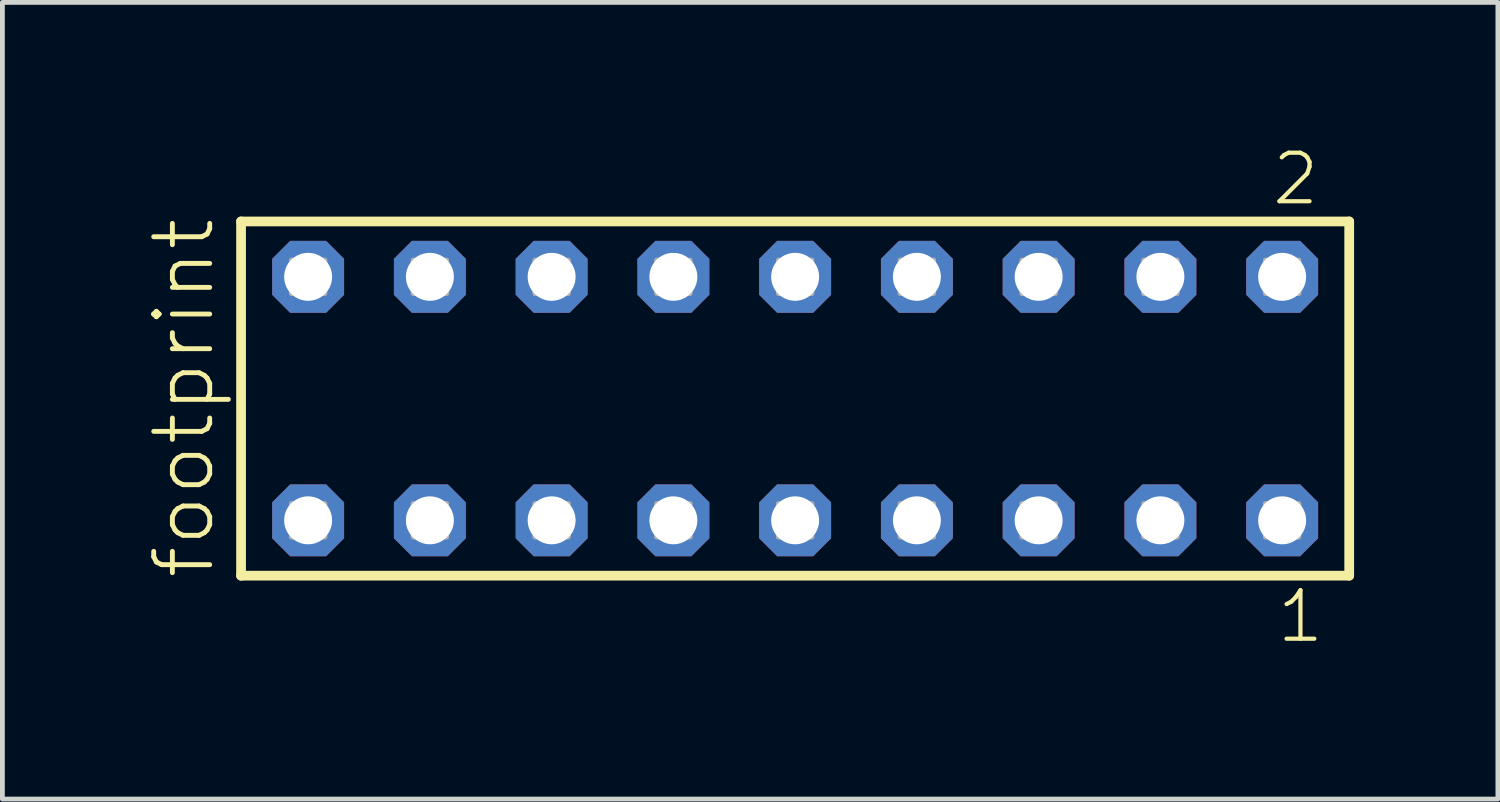
<source format=kicad_pcb>
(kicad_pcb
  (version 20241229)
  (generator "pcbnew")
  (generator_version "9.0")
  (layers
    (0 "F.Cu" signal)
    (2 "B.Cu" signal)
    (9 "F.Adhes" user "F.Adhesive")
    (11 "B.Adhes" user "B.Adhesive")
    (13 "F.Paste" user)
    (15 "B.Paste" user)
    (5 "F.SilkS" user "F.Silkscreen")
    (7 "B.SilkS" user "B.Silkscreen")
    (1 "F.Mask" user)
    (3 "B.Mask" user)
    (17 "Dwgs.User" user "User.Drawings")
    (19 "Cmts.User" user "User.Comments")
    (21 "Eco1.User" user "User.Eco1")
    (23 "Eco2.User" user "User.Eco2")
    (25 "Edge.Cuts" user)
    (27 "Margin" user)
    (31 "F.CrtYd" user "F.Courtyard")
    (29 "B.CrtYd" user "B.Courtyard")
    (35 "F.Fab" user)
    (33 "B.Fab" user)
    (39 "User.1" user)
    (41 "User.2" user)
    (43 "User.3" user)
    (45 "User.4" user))
  (footprint "footprint"
    (layer "F.Cu")
    (at 13.538 5.265)
    (property "Reference" "footprint" (at -12.065 3.81 90) (layer "F.SilkS") (effects (font (size 1.168 1.168) (thickness 0.102)) (justify left bottom)))
    (fp_line (start -11.559 -3.695) (end 11.559 -3.695) (stroke (width 0.203) (type solid)) (layer "F.SilkS"))
    (fp_line (start -11.559 3.695) (end -11.559 -3.695) (stroke (width 0.203) (type solid)) (layer "F.SilkS"))
    (fp_line (start 11.559 -3.695) (end 11.559 3.695) (stroke (width 0.203) (type solid)) (layer "F.SilkS"))
    (fp_line (start 11.559 3.695) (end -11.559 3.695) (stroke (width 0.203) (type solid)) (layer "F.SilkS"))
    (fp_poly (pts (xy -10.51 -2.19) (xy -9.81 -2.19) (xy -9.81 -2.89) (xy -10.51 -2.89)) (stroke (width 0.1) (type solid)) (fill no) (layer "F.Fab"))
    (fp_poly (pts (xy -10.51 2.89) (xy -9.81 2.89) (xy -9.81 2.19) (xy -10.51 2.19)) (stroke (width 0.1) (type solid)) (fill no) (layer "F.Fab"))
    (fp_poly (pts (xy -7.97 -2.19) (xy -7.27 -2.19) (xy -7.27 -2.89) (xy -7.97 -2.89)) (stroke (width 0.1) (type solid)) (fill no) (layer "F.Fab"))
    (fp_poly (pts (xy -7.97 2.89) (xy -7.27 2.89) (xy -7.27 2.19) (xy -7.97 2.19)) (stroke (width 0.1) (type solid)) (fill no) (layer "F.Fab"))
    (fp_poly (pts (xy -5.43 -2.19) (xy -4.73 -2.19) (xy -4.73 -2.89) (xy -5.43 -2.89)) (stroke (width 0.1) (type solid)) (fill no) (layer "F.Fab"))
    (fp_poly (pts (xy -5.43 2.89) (xy -4.73 2.89) (xy -4.73 2.19) (xy -5.43 2.19)) (stroke (width 0.1) (type solid)) (fill no) (layer "F.Fab"))
    (fp_poly (pts (xy -2.89 -2.19) (xy -2.19 -2.19) (xy -2.19 -2.89) (xy -2.89 -2.89)) (stroke (width 0.1) (type solid)) (fill no) (layer "F.Fab"))
    (fp_poly (pts (xy -2.89 2.89) (xy -2.19 2.89) (xy -2.19 2.19) (xy -2.89 2.19)) (stroke (width 0.1) (type solid)) (fill no) (layer "F.Fab"))
    (fp_poly (pts (xy -0.35 -2.19) (xy 0.35 -2.19) (xy 0.35 -2.89) (xy -0.35 -2.89)) (stroke (width 0.1) (type solid)) (fill no) (layer "F.Fab"))
    (fp_poly (pts (xy -0.35 2.89) (xy 0.35 2.89) (xy 0.35 2.19) (xy -0.35 2.19)) (stroke (width 0.1) (type solid)) (fill no) (layer "F.Fab"))
    (fp_poly (pts (xy 2.19 -2.19) (xy 2.89 -2.19) (xy 2.89 -2.89) (xy 2.19 -2.89)) (stroke (width 0.1) (type solid)) (fill no) (layer "F.Fab"))
    (fp_poly (pts (xy 2.19 2.89) (xy 2.89 2.89) (xy 2.89 2.19) (xy 2.19 2.19)) (stroke (width 0.1) (type solid)) (fill no) (layer "F.Fab"))
    (fp_poly (pts (xy 4.73 -2.19) (xy 5.43 -2.19) (xy 5.43 -2.89) (xy 4.73 -2.89)) (stroke (width 0.1) (type solid)) (fill no) (layer "F.Fab"))
    (fp_poly (pts (xy 4.73 2.89) (xy 5.43 2.89) (xy 5.43 2.19) (xy 4.73 2.19)) (stroke (width 0.1) (type solid)) (fill no) (layer "F.Fab"))
    (fp_poly (pts (xy 7.27 -2.19) (xy 7.97 -2.19) (xy 7.97 -2.89) (xy 7.27 -2.89)) (stroke (width 0.1) (type solid)) (fill no) (layer "F.Fab"))
    (fp_poly (pts (xy 7.27 2.89) (xy 7.97 2.89) (xy 7.97 2.19) (xy 7.27 2.19)) (stroke (width 0.1) (type solid)) (fill no) (layer "F.Fab"))
    (fp_poly (pts (xy 9.81 -2.19) (xy 10.51 -2.19) (xy 10.51 -2.89) (xy 9.81 -2.89)) (stroke (width 0.1) (type solid)) (fill no) (layer "F.Fab"))
    (fp_poly (pts (xy 9.81 2.89) (xy 10.51 2.89) (xy 10.51 2.19) (xy 9.81 2.19)) (stroke (width 0.1) (type solid)) (fill no) (layer "F.Fab"))
    (fp_text user "2" (at 9.902 -3.989 0) (layer "F.SilkS") (effects (font (size 1.012 1.012) (thickness 0.088)) (justify left bottom)))
    (fp_text user "1" (at 10.002 5.138 0) (layer "F.SilkS") (effects (font (size 1.012 1.012) (thickness 0.088)) (justify left bottom)))
    (pad "1" thru_hole roundrect (at 10.16 2.54 180) (size 1.5 1.5) (drill 1) (layers "*.Cu" "*.Mask") (roundrect_rratio 0.25) (chamfer_ratio 0.25) (chamfer top_left top_right bottom_left bottom_right))
    (pad "2" thru_hole roundrect (at 10.16 -2.54 180) (size 1.5 1.5) (drill 1) (layers "*.Cu" "*.Mask") (roundrect_rratio 0.25) (chamfer_ratio 0.25) (chamfer top_left top_right bottom_left bottom_right))
    (pad "3" thru_hole roundrect (at 7.62 2.54 180) (size 1.5 1.5) (drill 1) (layers "*.Cu" "*.Mask") (roundrect_rratio 0.25) (chamfer_ratio 0.25) (chamfer top_left top_right bottom_left bottom_right))
    (pad "4" thru_hole roundrect (at 7.62 -2.54 180) (size 1.5 1.5) (drill 1) (layers "*.Cu" "*.Mask") (roundrect_rratio 0.25) (chamfer_ratio 0.25) (chamfer top_left top_right bottom_left bottom_right))
    (pad "5" thru_hole roundrect (at 5.08 2.54 180) (size 1.5 1.5) (drill 1) (layers "*.Cu" "*.Mask") (roundrect_rratio 0.25) (chamfer_ratio 0.25) (chamfer top_left top_right bottom_left bottom_right))
    (pad "6" thru_hole roundrect (at 5.08 -2.54 180) (size 1.5 1.5) (drill 1) (layers "*.Cu" "*.Mask") (roundrect_rratio 0.25) (chamfer_ratio 0.25) (chamfer top_left top_right bottom_left bottom_right))
    (pad "7" thru_hole roundrect (at 2.54 2.54 180) (size 1.5 1.5) (drill 1) (layers "*.Cu" "*.Mask") (roundrect_rratio 0.25) (chamfer_ratio 0.25) (chamfer top_left top_right bottom_left bottom_right))
    (pad "8" thru_hole roundrect (at 2.54 -2.54 180) (size 1.5 1.5) (drill 1) (layers "*.Cu" "*.Mask") (roundrect_rratio 0.25) (chamfer_ratio 0.25) (chamfer top_left top_right bottom_left bottom_right))
    (pad "9" thru_hole roundrect (at 0 2.54 180) (size 1.5 1.5) (drill 1) (layers "*.Cu" "*.Mask") (roundrect_rratio 0.25) (chamfer_ratio 0.25) (chamfer top_left top_right bottom_left bottom_right))
    (pad "10" thru_hole roundrect (at 0 -2.54 180) (size 1.5 1.5) (drill 1) (layers "*.Cu" "*.Mask") (roundrect_rratio 0.25) (chamfer_ratio 0.25) (chamfer top_left top_right bottom_left bottom_right))
    (pad "11" thru_hole roundrect (at -2.54 2.54 180) (size 1.5 1.5) (drill 1) (layers "*.Cu" "*.Mask") (roundrect_rratio 0.25) (chamfer_ratio 0.25) (chamfer top_left top_right bottom_left bottom_right))
    (pad "12" thru_hole roundrect (at -2.54 -2.54 180) (size 1.5 1.5) (drill 1) (layers "*.Cu" "*.Mask") (roundrect_rratio 0.25) (chamfer_ratio 0.25) (chamfer top_left top_right bottom_left bottom_right))
    (pad "13" thru_hole roundrect (at -5.08 2.54 180) (size 1.5 1.5) (drill 1) (layers "*.Cu" "*.Mask") (roundrect_rratio 0.25) (chamfer_ratio 0.25) (chamfer top_left top_right bottom_left bottom_right))
    (pad "14" thru_hole roundrect (at -5.08 -2.54 180) (size 1.5 1.5) (drill 1) (layers "*.Cu" "*.Mask") (roundrect_rratio 0.25) (chamfer_ratio 0.25) (chamfer top_left top_right bottom_left bottom_right))
    (pad "15" thru_hole roundrect (at -7.62 2.54 180) (size 1.5 1.5) (drill 1) (layers "*.Cu" "*.Mask") (roundrect_rratio 0.25) (chamfer_ratio 0.25) (chamfer top_left top_right bottom_left bottom_right))
    (pad "16" thru_hole roundrect (at -7.62 -2.54 180) (size 1.5 1.5) (drill 1) (layers "*.Cu" "*.Mask") (roundrect_rratio 0.25) (chamfer_ratio 0.25) (chamfer top_left top_right bottom_left bottom_right))
    (pad "17" thru_hole roundrect (at -10.16 2.54 180) (size 1.5 1.5) (drill 1) (layers "*.Cu" "*.Mask") (roundrect_rratio 0.25) (chamfer_ratio 0.25) (chamfer top_left top_right bottom_left bottom_right))
    (pad "18" thru_hole roundrect (at -10.16 -2.54 180) (size 1.5 1.5) (drill 1) (layers "*.Cu" "*.Mask") (roundrect_rratio 0.25) (chamfer_ratio 0.25) (chamfer top_left top_right bottom_left bottom_right)))
  (gr_rect
    (start -3 -3)
    (end 28.199 13.62)
    (stroke (width 0.1) (type default))
    (fill no)
    (layer "Edge.Cuts")))
</source>
